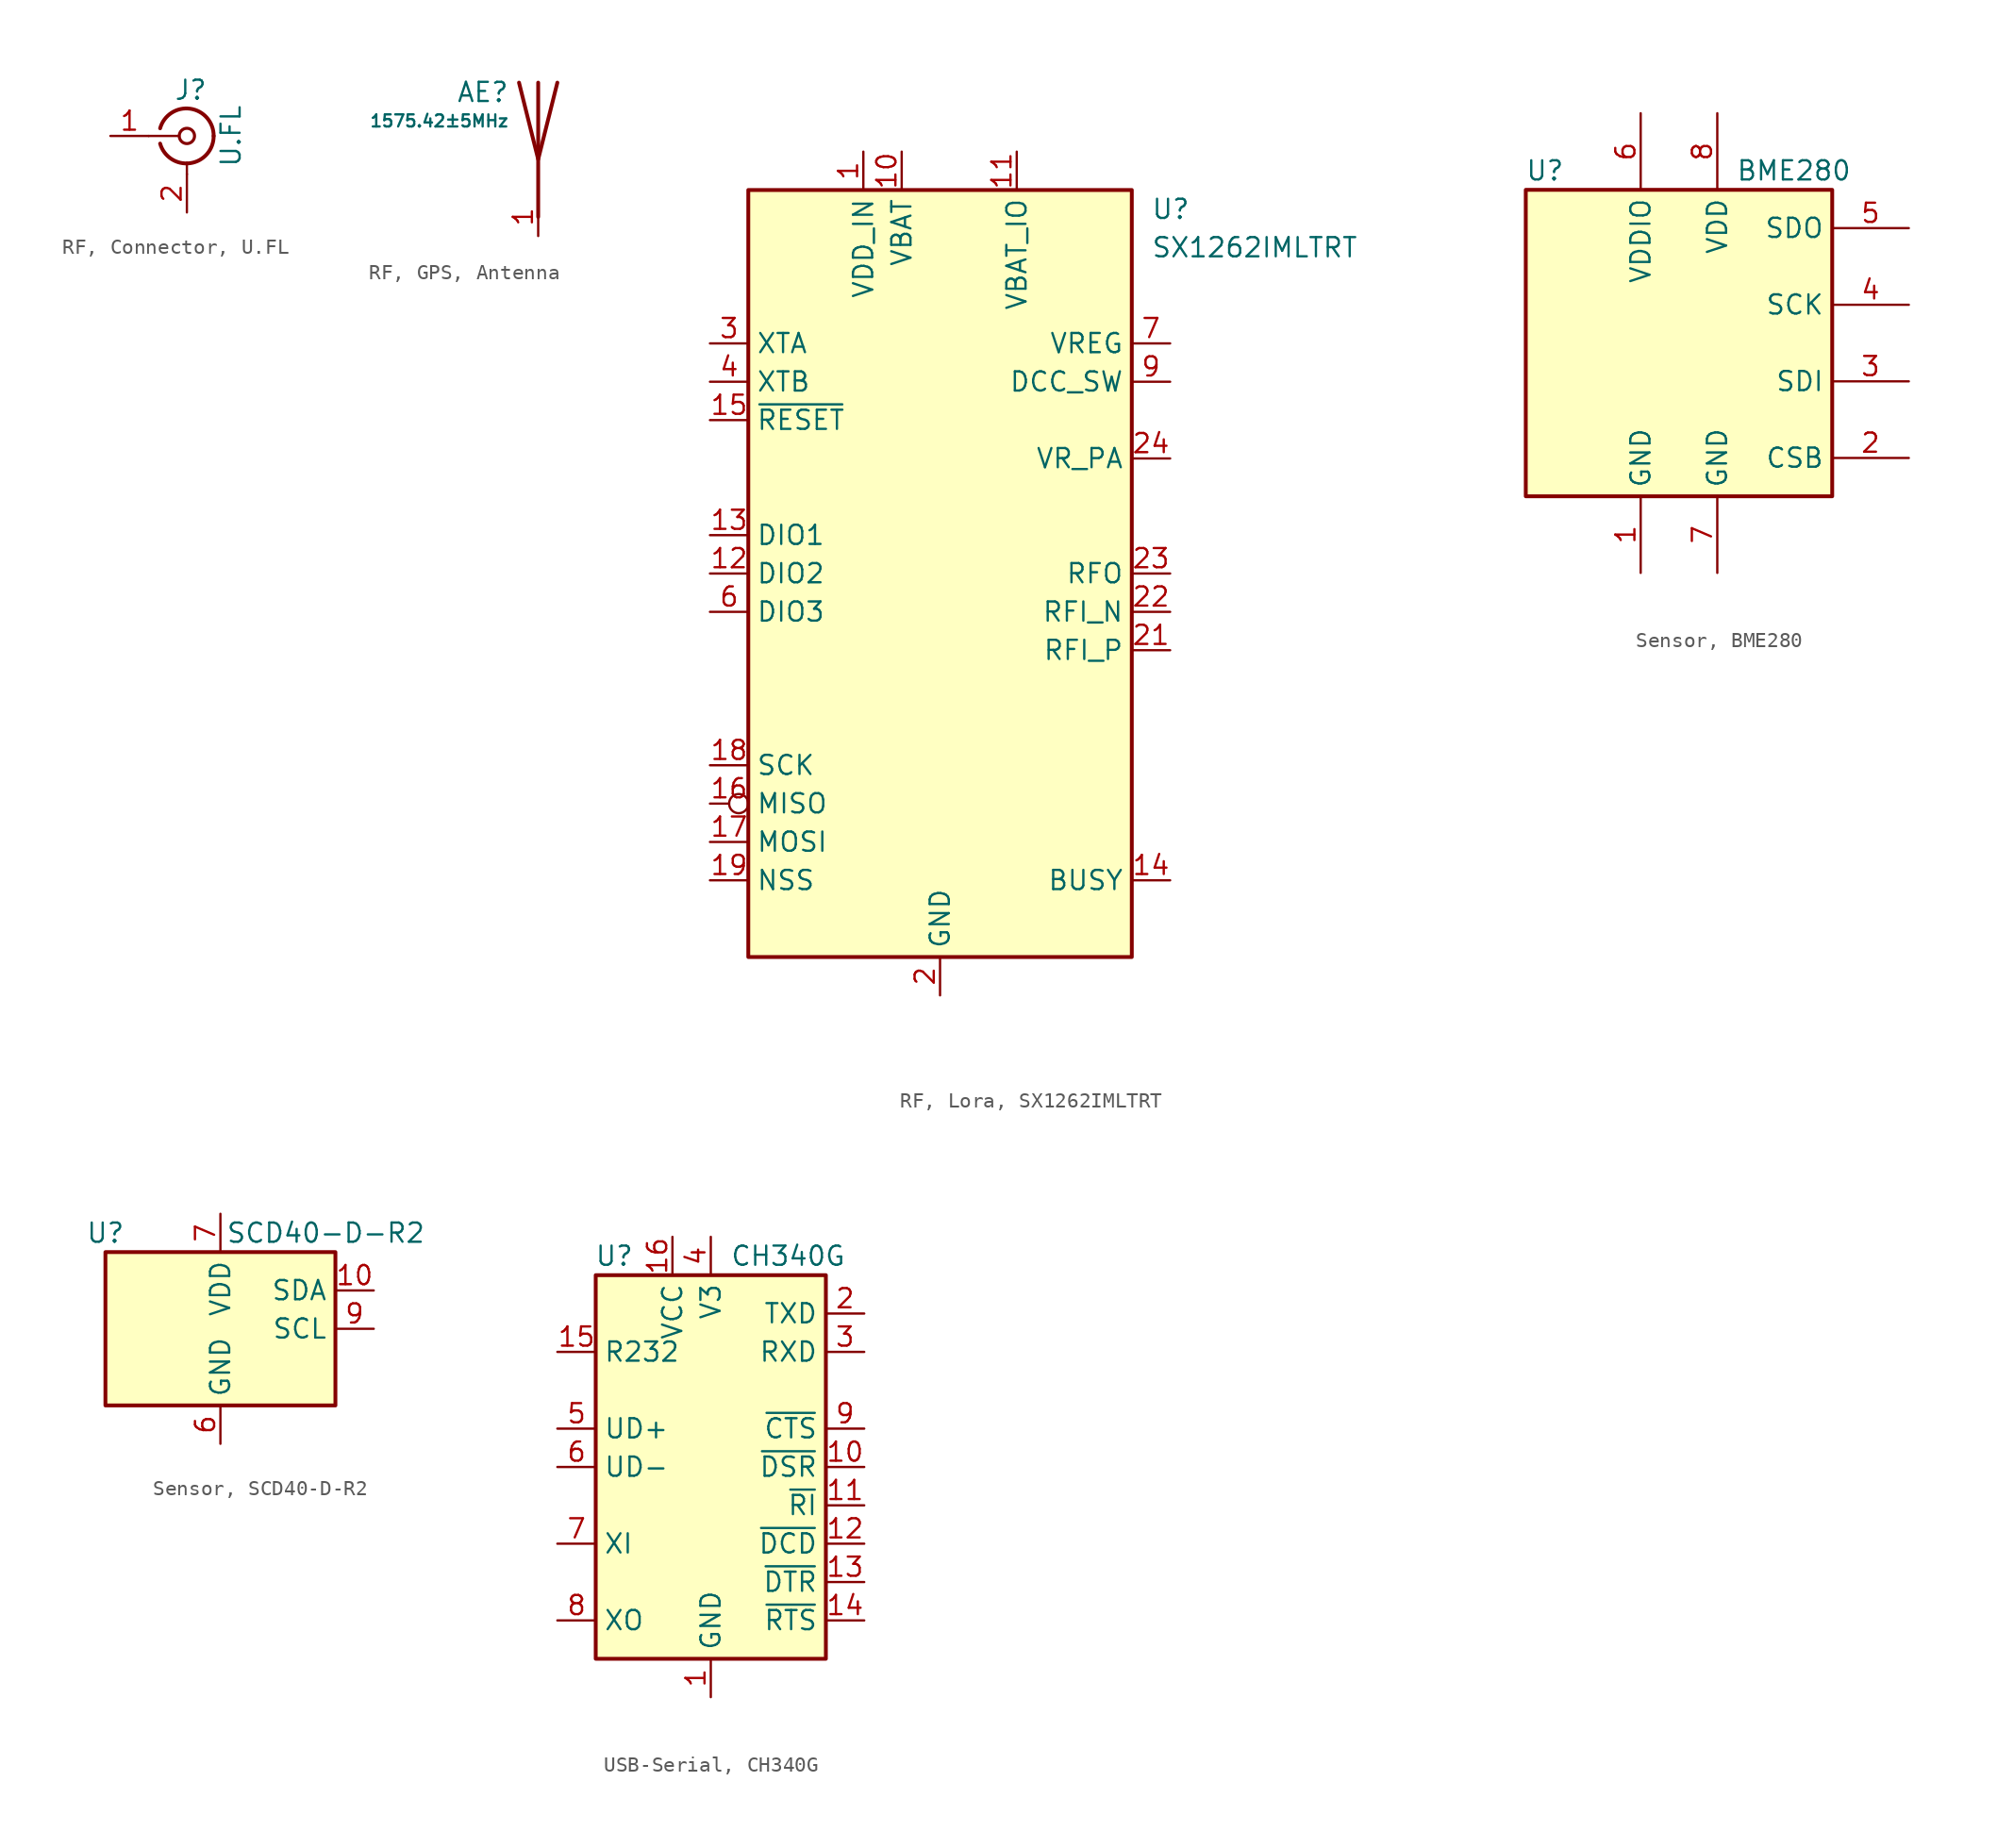
<source format=kicad_sym>
(kicad_symbol_lib
  (version 20231120)
  (generator "kicad_symbol_editor")
  (generator_version "8.0")
  (symbol "RF, Connector, U.FL"
    (pin_names
      (offset 1.016) hide)
    (property "Reference" "J"
      (at 0.254 3.048 0)
      (effects (font (size 1.27 1.27))))
    (property "Value" "U.FL"
      (at 2.921 0 90)
      (effects (font (size 1.27 1.27))))
    (symbol "RF, Connector, U.FL_0_1"
      (arc (start -1.778 -0.508) (mid 0.2311 -1.8066) (end 1.778 0) (stroke (width 0.254) (type default)) (fill (type none)))
      (polyline (pts (xy -2.54 0) (xy -0.508 0)) (stroke (width 0) (type default)) (fill (type none)))
      (polyline (pts (xy 0 -2.54) (xy 0 -1.778)) (stroke (width 0) (type default)) (fill (type none)))
      (circle (center 0 0) (radius 0.508) (stroke (width 0.203) (type default)) (fill (type none)))
      (arc (start 1.778 0) (mid 0.2099 1.8101) (end -1.778 0.508) (stroke (width 0.254) (type default)) (fill (type none))))
    (symbol "RF, Connector, U.FL_1_1"
      (pin passive line (at -5.08 0 0) (length 2.54) (name "In" (effects (font (size 1.27 1.27)))) (number "1" (effects (font (size 1.27 1.27)))))
      (pin passive line (at 0 -5.08 90) (length 2.54) (name "Ext" (effects (font (size 1.27 1.27)))) (number "2" (effects (font (size 1.27 1.27)))))))
  (symbol "RF, GPS, Antenna"
    (pin_names
      (offset 1.016) hide)
    (property "Reference" "AE"
      (at -1.905 4.445 0)
      (effects (font (size 1.27 1.27)) (justify right)))
    (property "Value" "1575.42±5MHz"
      (at -1.905 2.54 0)
      (effects (font (size 0.8 0.8)) (justify right)))
    (symbol "RF, GPS, Antenna_0_1"
      (polyline (pts (xy 0 -2.54) (xy 0 0)) (stroke (width 0) (type default)) (fill (type none)))
      (polyline (pts (xy 0 5.08) (xy 0 -3.81)) (stroke (width 0.254) (type default)) (fill (type none)))
      (polyline (pts (xy 1.27 5.08) (xy 0 0) (xy -1.27 5.08)) (stroke (width 0.254) (type default)) (fill (type none))))
    (symbol "RF, GPS, Antenna_1_1"
      (pin input line (at 0 -5.08 90) (length 2.54) (name "A" (effects (font (size 1.27 1.27)))) (number "1" (effects (font (size 1.27 1.27)))))))
  (symbol "RF, Lora, SX1262IMLTRT"
    (property "Reference" "U"
      (at 13.97 24.13 0)
      (effects (font (size 1.27 1.27)) (justify left)))
    (property "Value" "SX1262IMLTRT"
      (at 13.97 21.59 0)
      (effects (font (size 1.27 1.27)) (justify left)))
    (symbol "RF, Lora, SX1262IMLTRT_0_1"
      (rectangle (start -12.7 25.4) (end 12.7 -25.4) (stroke (width 0.254) (type default)) (fill (type background))))
    (symbol "RF, Lora, SX1262IMLTRT_1_1"
      (pin power_in line (at -5.08 27.94 270) (length 2.54) (name "VDD_IN" (effects (font (size 1.27 1.27)))) (number "1" (effects (font (size 1.27 1.27)))))
      (pin power_in line (at -2.54 27.94 270) (length 2.54) (name "VBAT" (effects (font (size 1.27 1.27)))) (number "10" (effects (font (size 1.27 1.27)))))
      (pin power_in line (at 5.08 27.94 270) (length 2.54) (name "VBAT_IO" (effects (font (size 1.27 1.27)))) (number "11" (effects (font (size 1.27 1.27)))))
      (pin bidirectional line (at -15.24 0 0) (length 2.54) (name "DIO2" (effects (font (size 1.27 1.27)))) (number "12" (effects (font (size 1.27 1.27)))))
      (pin bidirectional line (at -15.24 2.54 0) (length 2.54) (name "DIO1" (effects (font (size 1.27 1.27)))) (number "13" (effects (font (size 1.27 1.27)))))
      (pin output line (at 15.24 -20.32 180) (length 2.54) (name "BUSY" (effects (font (size 1.27 1.27)))) (number "14" (effects (font (size 1.27 1.27)))))
      (pin input line (at -15.24 10.16 0) (length 2.54) (name "~{RESET}" (effects (font (size 1.27 1.27)))) (number "15" (effects (font (size 1.27 1.27)))))
      (pin tri_state inverted (at -15.24 -15.24 0) (length 2.54) (name "MISO" (effects (font (size 1.27 1.27)))) (number "16" (effects (font (size 1.27 1.27)))))
      (pin input line (at -15.24 -17.78 0) (length 2.54) (name "MOSI" (effects (font (size 1.27 1.27)))) (number "17" (effects (font (size 1.27 1.27)))))
      (pin input line (at -15.24 -12.7 0) (length 2.54) (name "SCK" (effects (font (size 1.27 1.27)))) (number "18" (effects (font (size 1.27 1.27)))))
      (pin input line (at -15.24 -20.32 0) (length 2.54) (name "NSS" (effects (font (size 1.27 1.27)))) (number "19" (effects (font (size 1.27 1.27)))))
      (pin power_in line (at 0 -27.94 90) (length 2.54) (name "GND" (effects (font (size 1.27 1.27)))) (number "2" (effects (font (size 1.27 1.27)))))
      (pin passive line (at 0 -27.94 90) (length 2.54) hide (name "GND" (effects (font (size 1.27 1.27)))) (number "20" (effects (font (size 1.27 1.27)))))
      (pin input line (at 15.24 -5.08 180) (length 2.54) (name "RFI_P" (effects (font (size 1.27 1.27)))) (number "21" (effects (font (size 1.27 1.27)))))
      (pin input line (at 15.24 -2.54 180) (length 2.54) (name "RFI_N" (effects (font (size 1.27 1.27)))) (number "22" (effects (font (size 1.27 1.27)))))
      (pin output line (at 15.24 0 180) (length 2.54) (name "RFO" (effects (font (size 1.27 1.27)))) (number "23" (effects (font (size 1.27 1.27)))))
      (pin power_out line (at 15.24 7.62 180) (length 2.54) (name "VR_PA" (effects (font (size 1.27 1.27)))) (number "24" (effects (font (size 1.27 1.27)))))
      (pin passive line (at 0 -27.94 90) (length 2.54) hide (name "GND" (effects (font (size 1.27 1.27)))) (number "25" (effects (font (size 1.27 1.27)))))
      (pin bidirectional line (at -15.24 15.24 0) (length 2.54) (name "XTA" (effects (font (size 1.27 1.27)))) (number "3" (effects (font (size 1.27 1.27)))))
      (pin bidirectional line (at -15.24 12.7 0) (length 2.54) (name "XTB" (effects (font (size 1.27 1.27)))) (number "4" (effects (font (size 1.27 1.27)))))
      (pin passive line (at 0 -27.94 90) (length 2.54) hide (name "GND" (effects (font (size 1.27 1.27)))) (number "5" (effects (font (size 1.27 1.27)))))
      (pin bidirectional line (at -15.24 -2.54 0) (length 2.54) (name "DIO3" (effects (font (size 1.27 1.27)))) (number "6" (effects (font (size 1.27 1.27)))))
      (pin power_out line (at 15.24 15.24 180) (length 2.54) (name "VREG" (effects (font (size 1.27 1.27)))) (number "7" (effects (font (size 1.27 1.27)))))
      (pin passive line (at 0 -27.94 90) (length 2.54) hide (name "GND" (effects (font (size 1.27 1.27)))) (number "8" (effects (font (size 1.27 1.27)))))
      (pin power_out line (at 15.24 12.7 180) (length 2.54) (name "DCC_SW" (effects (font (size 1.27 1.27)))) (number "9" (effects (font (size 1.27 1.27)))))))
  (symbol "Sensor, BME280"
    (property "Reference" "U"
      (at -8.89 11.43 0)
      (effects (font (size 1.27 1.27))))
    (property "Value" "BME280"
      (at 7.62 11.43 0)
      (effects (font (size 1.27 1.27))))
    (symbol "Sensor, BME280_0_1"
      (rectangle (start -10.16 10.16) (end 10.16 -10.16) (stroke (width 0.254) (type default)) (fill (type background))))
    (symbol "Sensor, BME280_1_1"
      (pin power_in line (at -2.54 -15.24 90) (length 5.08) (name "GND" (effects (font (size 1.27 1.27)))) (number "1" (effects (font (size 1.27 1.27)))))
      (pin input line (at 15.24 -7.62 180) (length 5.08) (name "CSB" (effects (font (size 1.27 1.27)))) (number "2" (effects (font (size 1.27 1.27)))))
      (pin bidirectional line (at 15.24 -2.54 180) (length 5.08) (name "SDI" (effects (font (size 1.27 1.27)))) (number "3" (effects (font (size 1.27 1.27)))))
      (pin input line (at 15.24 2.54 180) (length 5.08) (name "SCK" (effects (font (size 1.27 1.27)))) (number "4" (effects (font (size 1.27 1.27)))))
      (pin bidirectional line (at 15.24 7.62 180) (length 5.08) (name "SDO" (effects (font (size 1.27 1.27)))) (number "5" (effects (font (size 1.27 1.27)))))
      (pin power_in line (at -2.54 15.24 270) (length 5.08) (name "VDDIO" (effects (font (size 1.27 1.27)))) (number "6" (effects (font (size 1.27 1.27)))))
      (pin power_in line (at 2.54 -15.24 90) (length 5.08) (name "GND" (effects (font (size 1.27 1.27)))) (number "7" (effects (font (size 1.27 1.27)))))
      (pin power_in line (at 2.54 15.24 270) (length 5.08) (name "VDD" (effects (font (size 1.27 1.27)))) (number "8" (effects (font (size 1.27 1.27)))))))
  (symbol "Sensor, SCD40-D-R2"
    (property "Reference" "U"
      (at -7.62 6.35 0)
      (effects (font (size 1.27 1.27))))
    (property "Value" "SCD40-D-R2"
      (at 6.985 6.35 0)
      (effects (font (size 1.27 1.27))))
    (symbol "Sensor, SCD40-D-R2_0_1"
      (rectangle (start 7.62 5.08) (end -7.62 -5.08) (stroke (width 0.254) (type default)) (fill (type background))))
    (symbol "Sensor, SCD40-D-R2_1_1"
      (pin bidirectional line (at 10.16 2.54 180) (length 2.54) (name "SDA" (effects (font (size 1.27 1.27)))) (number "10" (effects (font (size 1.27 1.27)))))
      (pin passive line (at 0 7.62 270) (length 2.54) hide (name "VDD" (effects (font (size 1.27 1.27)))) (number "19" (effects (font (size 1.27 1.27)))))
      (pin passive line (at 0 -7.62 90) (length 2.54) hide (name "GND" (effects (font (size 1.27 1.27)))) (number "20" (effects (font (size 1.27 1.27)))))
      (pin passive line (at 0 -7.62 90) (length 2.54) hide (name "GND" (effects (font (size 1.27 1.27)))) (number "21" (effects (font (size 1.27 1.27)))))
      (pin power_in line (at 0 -7.62 90) (length 2.54) (name "GND" (effects (font (size 1.27 1.27)))) (number "6" (effects (font (size 1.27 1.27)))))
      (pin power_in line (at 0 7.62 270) (length 2.54) (name "VDD" (effects (font (size 1.27 1.27)))) (number "7" (effects (font (size 1.27 1.27)))))
      (pin input line (at 10.16 0 180) (length 2.54) (name "SCL" (effects (font (size 1.27 1.27)))) (number "9" (effects (font (size 1.27 1.27)))))))
  (symbol "USB-Serial, CH340G"
    (property "Reference" "U"
      (at -5.08 13.97 0)
      (effects (font (size 1.27 1.27)) (justify right)))
    (property "Value" "CH340G"
      (at 1.27 13.97 0)
      (effects (font (size 1.27 1.27)) (justify left)))
    (symbol "USB-Serial, CH340G_0_1"
      (rectangle (start -7.62 12.7) (end 7.62 -12.7) (stroke (width 0.254) (type default)) (fill (type background))))
    (symbol "USB-Serial, CH340G_1_1"
      (pin power_in line (at 0 -15.24 90) (length 2.54) (name "GND" (effects (font (size 1.27 1.27)))) (number "1" (effects (font (size 1.27 1.27)))))
      (pin input line (at 10.16 0 180) (length 2.54) (name "~{DSR}" (effects (font (size 1.27 1.27)))) (number "10" (effects (font (size 1.27 1.27)))))
      (pin input line (at 10.16 -2.54 180) (length 2.54) (name "~{RI}" (effects (font (size 1.27 1.27)))) (number "11" (effects (font (size 1.27 1.27)))))
      (pin input line (at 10.16 -5.08 180) (length 2.54) (name "~{DCD}" (effects (font (size 1.27 1.27)))) (number "12" (effects (font (size 1.27 1.27)))))
      (pin output line (at 10.16 -7.62 180) (length 2.54) (name "~{DTR}" (effects (font (size 1.27 1.27)))) (number "13" (effects (font (size 1.27 1.27)))))
      (pin output line (at 10.16 -10.16 180) (length 2.54) (name "~{RTS}" (effects (font (size 1.27 1.27)))) (number "14" (effects (font (size 1.27 1.27)))))
      (pin input line (at -10.16 7.62 0) (length 2.54) (name "R232" (effects (font (size 1.27 1.27)))) (number "15" (effects (font (size 1.27 1.27)))))
      (pin power_in line (at -2.54 15.24 270) (length 2.54) (name "VCC" (effects (font (size 1.27 1.27)))) (number "16" (effects (font (size 1.27 1.27)))))
      (pin output line (at 10.16 10.16 180) (length 2.54) (name "TXD" (effects (font (size 1.27 1.27)))) (number "2" (effects (font (size 1.27 1.27)))))
      (pin input line (at 10.16 7.62 180) (length 2.54) (name "RXD" (effects (font (size 1.27 1.27)))) (number "3" (effects (font (size 1.27 1.27)))))
      (pin power_out line (at 0 15.24 270) (length 2.54) (name "V3" (effects (font (size 1.27 1.27)))) (number "4" (effects (font (size 1.27 1.27)))))
      (pin bidirectional line (at -10.16 2.54 0) (length 2.54) (name "UD+" (effects (font (size 1.27 1.27)))) (number "5" (effects (font (size 1.27 1.27)))))
      (pin bidirectional line (at -10.16 0 0) (length 2.54) (name "UD-" (effects (font (size 1.27 1.27)))) (number "6" (effects (font (size 1.27 1.27)))))
      (pin input line (at -10.16 -5.08 0) (length 2.54) (name "XI" (effects (font (size 1.27 1.27)))) (number "7" (effects (font (size 1.27 1.27)))))
      (pin output line (at -10.16 -10.16 0) (length 2.54) (name "XO" (effects (font (size 1.27 1.27)))) (number "8" (effects (font (size 1.27 1.27)))))
      (pin input line (at 10.16 2.54 180) (length 2.54) (name "~{CTS}" (effects (font (size 1.27 1.27)))) (number "9" (effects (font (size 1.27 1.27))))))))
</source>
